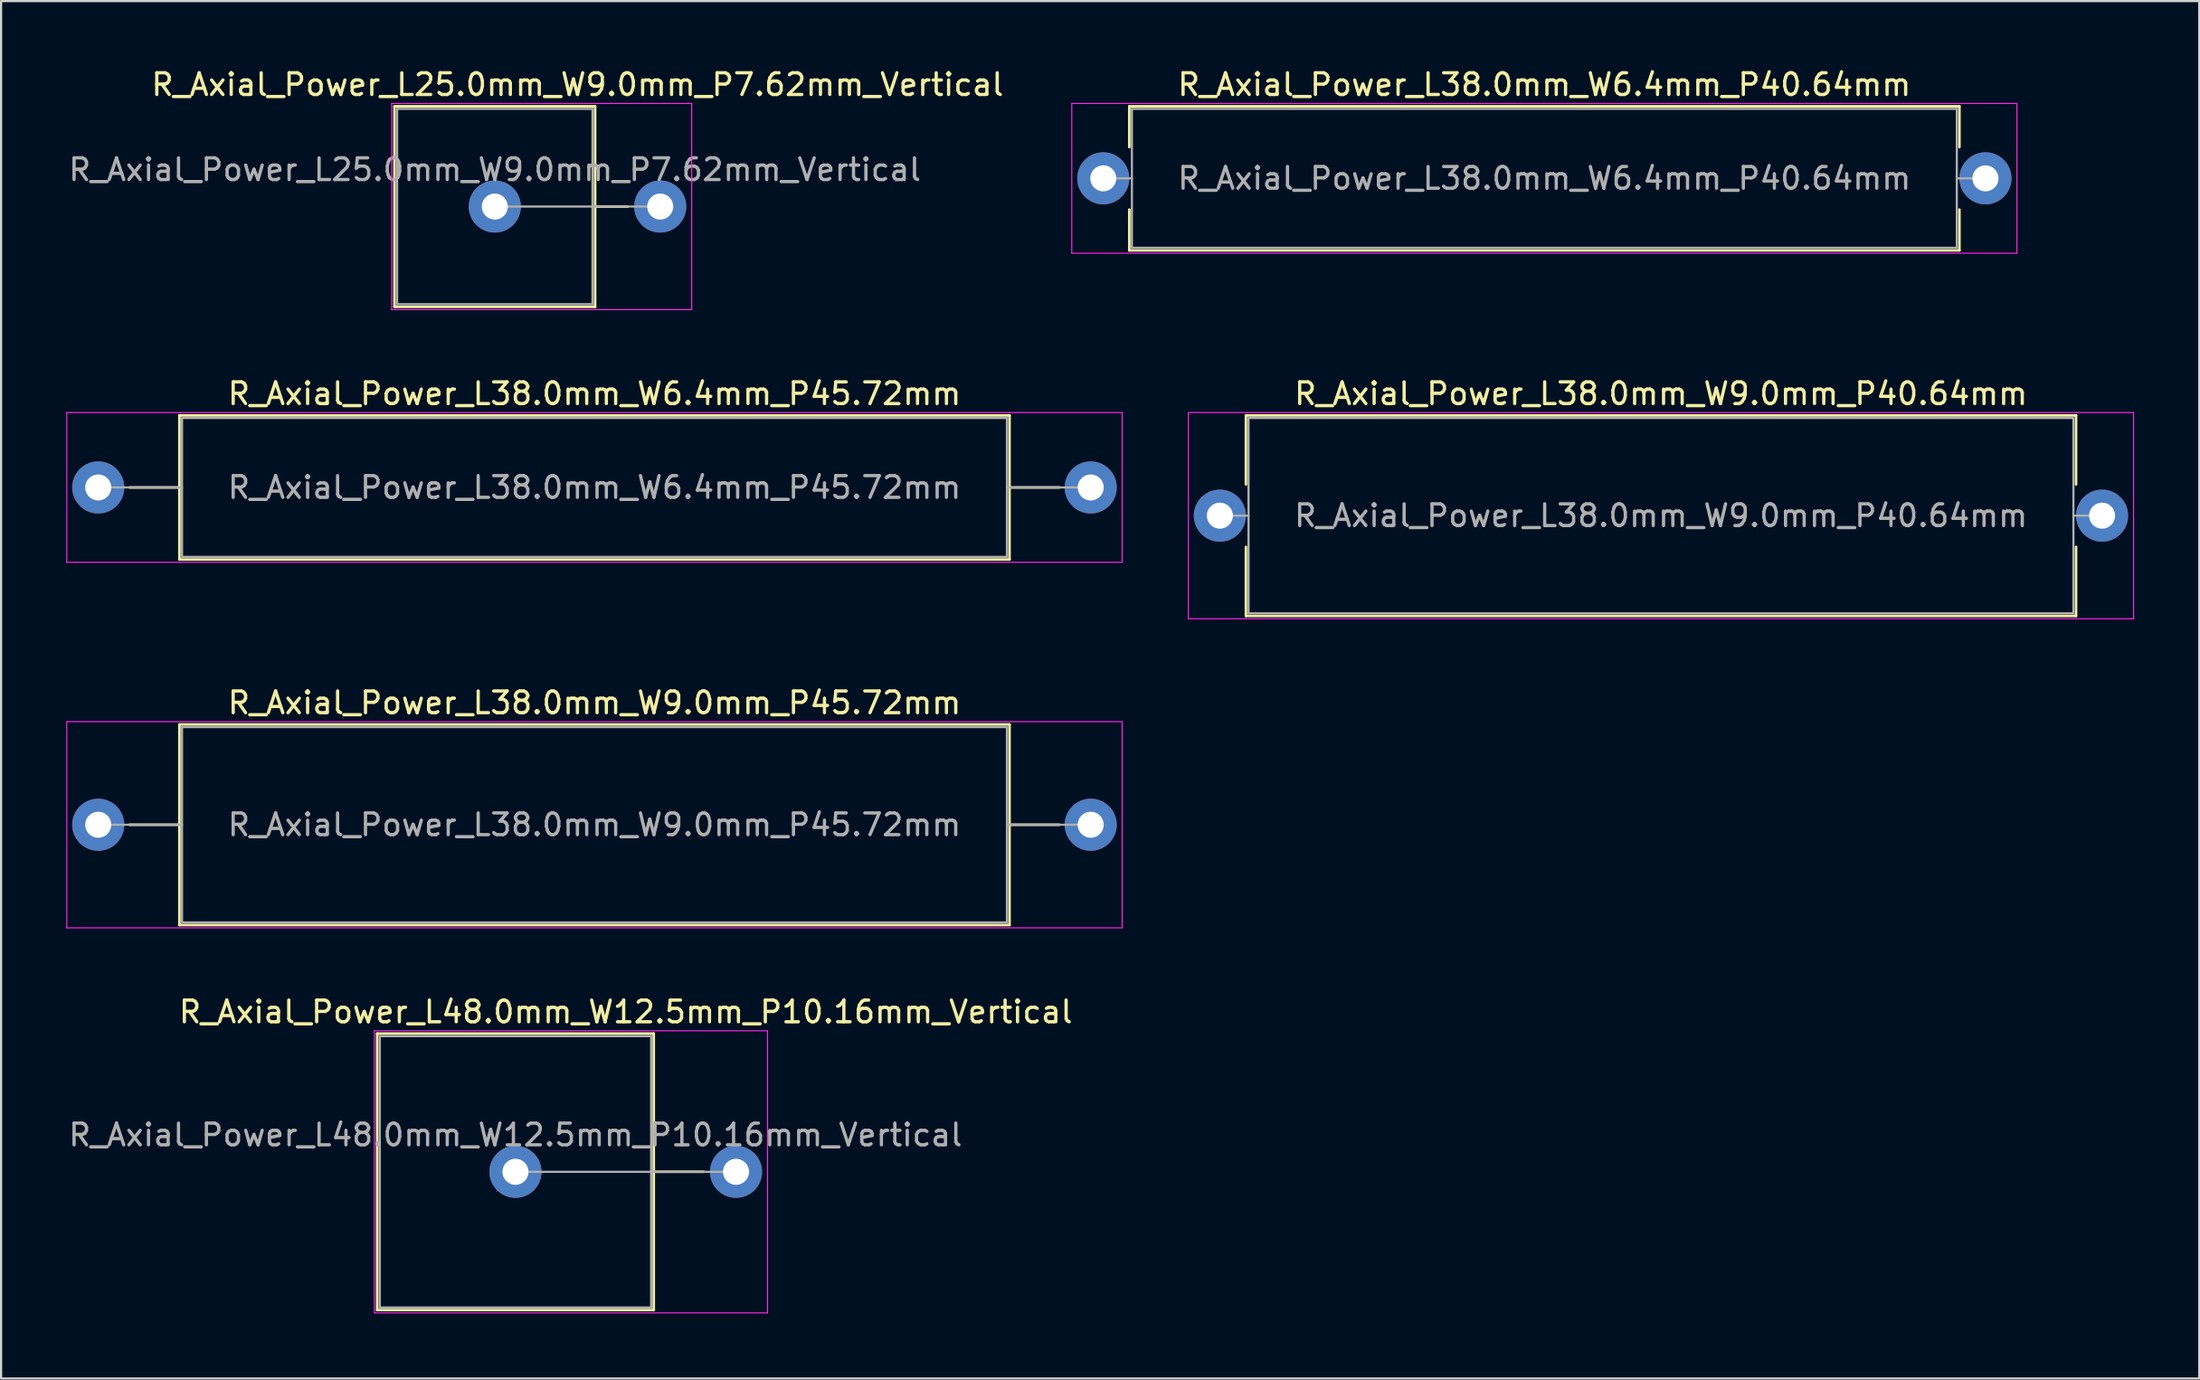
<source format=kicad_pcb>
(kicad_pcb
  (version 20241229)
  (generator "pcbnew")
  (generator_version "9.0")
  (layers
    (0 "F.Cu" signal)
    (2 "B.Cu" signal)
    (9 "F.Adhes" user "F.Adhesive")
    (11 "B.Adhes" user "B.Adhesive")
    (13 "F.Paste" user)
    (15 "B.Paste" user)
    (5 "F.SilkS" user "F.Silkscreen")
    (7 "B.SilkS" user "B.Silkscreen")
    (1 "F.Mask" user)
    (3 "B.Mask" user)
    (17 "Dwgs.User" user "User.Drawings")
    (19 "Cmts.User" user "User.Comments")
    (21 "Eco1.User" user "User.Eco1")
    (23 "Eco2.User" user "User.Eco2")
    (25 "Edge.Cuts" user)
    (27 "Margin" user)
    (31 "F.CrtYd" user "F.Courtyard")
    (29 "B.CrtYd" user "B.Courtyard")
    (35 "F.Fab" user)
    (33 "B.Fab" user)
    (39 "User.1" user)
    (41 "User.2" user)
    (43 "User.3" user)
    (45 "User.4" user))
  (footprint "R_Axial_Power_L38.0mm_W9.0mm_P45.72mm"
    (layer "F.Cu")
    (at 1.475 34.955)
    (property "Reference" "R_Axial_Power_L38.0mm_W9.0mm_P45.72mm" (at 22.86 -5.62 0) (layer "F.SilkS") (effects (font (size 1 1) (thickness 0.15))))
    (attr through_hole)
    (fp_line (start 1.44 0) (end 3.74 0) (stroke (width 0.12) (type solid)) (layer "F.SilkS"))
    (fp_line (start 3.74 -4.62) (end 3.74 4.62) (stroke (width 0.12) (type solid)) (layer "F.SilkS"))
    (fp_line (start 3.74 4.62) (end 41.98 4.62) (stroke (width 0.12) (type solid)) (layer "F.SilkS"))
    (fp_line (start 41.98 -4.62) (end 3.74 -4.62) (stroke (width 0.12) (type solid)) (layer "F.SilkS"))
    (fp_line (start 41.98 4.62) (end 41.98 -4.62) (stroke (width 0.12) (type solid)) (layer "F.SilkS"))
    (fp_line (start 44.28 0) (end 41.98 0) (stroke (width 0.12) (type solid)) (layer "F.SilkS"))
    (fp_line (start -1.45 -4.75) (end -1.45 4.75) (stroke (width 0.05) (type solid)) (layer "F.CrtYd"))
    (fp_line (start -1.45 4.75) (end 47.17 4.75) (stroke (width 0.05) (type solid)) (layer "F.CrtYd"))
    (fp_line (start 47.17 -4.75) (end -1.45 -4.75) (stroke (width 0.05) (type solid)) (layer "F.CrtYd"))
    (fp_line (start 47.17 4.75) (end 47.17 -4.75) (stroke (width 0.05) (type solid)) (layer "F.CrtYd"))
    (fp_line (start 0 0) (end 3.86 0) (stroke (width 0.1) (type solid)) (layer "F.Fab"))
    (fp_line (start 3.86 -4.5) (end 3.86 4.5) (stroke (width 0.1) (type solid)) (layer "F.Fab"))
    (fp_line (start 3.86 4.5) (end 41.86 4.5) (stroke (width 0.1) (type solid)) (layer "F.Fab"))
    (fp_line (start 41.86 -4.5) (end 3.86 -4.5) (stroke (width 0.1) (type solid)) (layer "F.Fab"))
    (fp_line (start 41.86 4.5) (end 41.86 -4.5) (stroke (width 0.1) (type solid)) (layer "F.Fab"))
    (fp_line (start 45.72 0) (end 41.86 0) (stroke (width 0.1) (type solid)) (layer "F.Fab"))
    (fp_text user "${REFERENCE}" (at 22.86 0 0) (layer "F.Fab") (effects (font (size 1 1) (thickness 0.15))))
    (pad "1" thru_hole circle (at 0 0) (size 2.4 2.4) (drill 1.2) (layers "*.Cu" "*.Mask"))
    (pad "2" thru_hole oval (at 45.72 0) (size 2.4 2.4) (drill 1.2) (layers "*.Cu" "*.Mask")))
  (footprint "R_Axial_Power_L48.0mm_W12.5mm_P10.16mm_Vertical"
    (layer "F.Cu")
    (at 20.696 50.948)
    (property "Reference" "R_Axial_Power_L48.0mm_W12.5mm_P10.16mm_Vertical" (at 5.08 -7.37 0) (layer "F.SilkS") (effects (font (size 1 1) (thickness 0.15))))
    (attr through_hole)
    (fp_line (start -6.37 -6.37) (end -6.37 6.37) (stroke (width 0.12) (type solid)) (layer "F.SilkS"))
    (fp_line (start -6.37 6.37) (end 6.37 6.37) (stroke (width 0.12) (type solid)) (layer "F.SilkS"))
    (fp_line (start 6.37 -6.37) (end -6.37 -6.37) (stroke (width 0.12) (type solid)) (layer "F.SilkS"))
    (fp_line (start 6.37 0) (end 8.66 0) (stroke (width 0.12) (type solid)) (layer "F.SilkS"))
    (fp_line (start 6.37 6.37) (end 6.37 -6.37) (stroke (width 0.12) (type solid)) (layer "F.SilkS"))
    (fp_line (start -6.5 -6.5) (end -6.5 6.5) (stroke (width 0.05) (type solid)) (layer "F.CrtYd"))
    (fp_line (start -6.5 6.5) (end 11.61 6.5) (stroke (width 0.05) (type solid)) (layer "F.CrtYd"))
    (fp_line (start 11.61 -6.5) (end -6.5 -6.5) (stroke (width 0.05) (type solid)) (layer "F.CrtYd"))
    (fp_line (start 11.61 6.5) (end 11.61 -6.5) (stroke (width 0.05) (type solid)) (layer "F.CrtYd"))
    (fp_line (start -6.25 -6.25) (end -6.25 6.25) (stroke (width 0.1) (type solid)) (layer "F.Fab"))
    (fp_line (start -6.25 6.25) (end 6.25 6.25) (stroke (width 0.1) (type solid)) (layer "F.Fab"))
    (fp_line (start 0 0) (end 10.16 0) (stroke (width 0.1) (type solid)) (layer "F.Fab"))
    (fp_line (start 6.25 -6.25) (end -6.25 -6.25) (stroke (width 0.1) (type solid)) (layer "F.Fab"))
    (fp_line (start 6.25 6.25) (end 6.25 -6.25) (stroke (width 0.1) (type solid)) (layer "F.Fab"))
    (fp_text user "${REFERENCE}" (at 0 -1.7 0) (layer "F.Fab") (effects (font (size 1 1) (thickness 0.15))))
    (pad "1" thru_hole circle (at 0 0) (size 2.4 2.4) (drill 1.2) (layers "*.Cu" "*.Mask"))
    (pad "2" thru_hole oval (at 10.16 0) (size 2.4 2.4) (drill 1.2) (layers "*.Cu" "*.Mask")))
  (footprint "R_Axial_Power_L38.0mm_W6.4mm_P40.64mm"
    (layer "F.Cu")
    (at 47.773 5.168)
    (property "Reference" "R_Axial_Power_L38.0mm_W6.4mm_P40.64mm" (at 20.32 -4.32 0) (layer "F.SilkS") (effects (font (size 1 1) (thickness 0.15))))
    (attr through_hole)
    (fp_line (start 1.2 -3.32) (end 39.44 -3.32) (stroke (width 0.12) (type solid)) (layer "F.SilkS"))
    (fp_line (start 1.2 -1.44) (end 1.2 -3.32) (stroke (width 0.12) (type solid)) (layer "F.SilkS"))
    (fp_line (start 1.2 1.44) (end 1.2 3.32) (stroke (width 0.12) (type solid)) (layer "F.SilkS"))
    (fp_line (start 1.2 3.32) (end 39.44 3.32) (stroke (width 0.12) (type solid)) (layer "F.SilkS"))
    (fp_line (start 39.44 -3.32) (end 39.44 -1.44) (stroke (width 0.12) (type solid)) (layer "F.SilkS"))
    (fp_line (start 39.44 3.32) (end 39.44 1.44) (stroke (width 0.12) (type solid)) (layer "F.SilkS"))
    (fp_line (start -1.45 -3.45) (end -1.45 3.45) (stroke (width 0.05) (type solid)) (layer "F.CrtYd"))
    (fp_line (start -1.45 3.45) (end 42.09 3.45) (stroke (width 0.05) (type solid)) (layer "F.CrtYd"))
    (fp_line (start 42.09 -3.45) (end -1.45 -3.45) (stroke (width 0.05) (type solid)) (layer "F.CrtYd"))
    (fp_line (start 42.09 3.45) (end 42.09 -3.45) (stroke (width 0.05) (type solid)) (layer "F.CrtYd"))
    (fp_line (start 0 0) (end 1.32 0) (stroke (width 0.1) (type solid)) (layer "F.Fab"))
    (fp_line (start 1.32 -3.2) (end 1.32 3.2) (stroke (width 0.1) (type solid)) (layer "F.Fab"))
    (fp_line (start 1.32 3.2) (end 39.32 3.2) (stroke (width 0.1) (type solid)) (layer "F.Fab"))
    (fp_line (start 39.32 -3.2) (end 1.32 -3.2) (stroke (width 0.1) (type solid)) (layer "F.Fab"))
    (fp_line (start 39.32 3.2) (end 39.32 -3.2) (stroke (width 0.1) (type solid)) (layer "F.Fab"))
    (fp_line (start 40.64 0) (end 39.32 0) (stroke (width 0.1) (type solid)) (layer "F.Fab"))
    (fp_text user "${REFERENCE}" (at 20.32 0 0) (layer "F.Fab") (effects (font (size 1 1) (thickness 0.15))))
    (pad "1" thru_hole circle (at 0 0) (size 2.4 2.4) (drill 1.2) (layers "*.Cu" "*.Mask"))
    (pad "2" thru_hole oval (at 40.64 0) (size 2.4 2.4) (drill 1.2) (layers "*.Cu" "*.Mask")))
  (footprint "R_Axial_Power_L38.0mm_W9.0mm_P40.64mm"
    (layer "F.Cu")
    (at 53.145 20.712)
    (property "Reference" "R_Axial_Power_L38.0mm_W9.0mm_P40.64mm" (at 20.32 -5.62 0) (layer "F.SilkS") (effects (font (size 1 1) (thickness 0.15))))
    (attr through_hole)
    (fp_line (start 1.2 -4.62) (end 39.44 -4.62) (stroke (width 0.12) (type solid)) (layer "F.SilkS"))
    (fp_line (start 1.2 -1.44) (end 1.2 -4.62) (stroke (width 0.12) (type solid)) (layer "F.SilkS"))
    (fp_line (start 1.2 1.44) (end 1.2 4.62) (stroke (width 0.12) (type solid)) (layer "F.SilkS"))
    (fp_line (start 1.2 4.62) (end 39.44 4.62) (stroke (width 0.12) (type solid)) (layer "F.SilkS"))
    (fp_line (start 39.44 -4.62) (end 39.44 -1.44) (stroke (width 0.12) (type solid)) (layer "F.SilkS"))
    (fp_line (start 39.44 4.62) (end 39.44 1.44) (stroke (width 0.12) (type solid)) (layer "F.SilkS"))
    (fp_line (start -1.45 -4.75) (end -1.45 4.75) (stroke (width 0.05) (type solid)) (layer "F.CrtYd"))
    (fp_line (start -1.45 4.75) (end 42.09 4.75) (stroke (width 0.05) (type solid)) (layer "F.CrtYd"))
    (fp_line (start 42.09 -4.75) (end -1.45 -4.75) (stroke (width 0.05) (type solid)) (layer "F.CrtYd"))
    (fp_line (start 42.09 4.75) (end 42.09 -4.75) (stroke (width 0.05) (type solid)) (layer "F.CrtYd"))
    (fp_line (start 0 0) (end 1.32 0) (stroke (width 0.1) (type solid)) (layer "F.Fab"))
    (fp_line (start 1.32 -4.5) (end 1.32 4.5) (stroke (width 0.1) (type solid)) (layer "F.Fab"))
    (fp_line (start 1.32 4.5) (end 39.32 4.5) (stroke (width 0.1) (type solid)) (layer "F.Fab"))
    (fp_line (start 39.32 -4.5) (end 1.32 -4.5) (stroke (width 0.1) (type solid)) (layer "F.Fab"))
    (fp_line (start 39.32 4.5) (end 39.32 -4.5) (stroke (width 0.1) (type solid)) (layer "F.Fab"))
    (fp_line (start 40.64 0) (end 39.32 0) (stroke (width 0.1) (type solid)) (layer "F.Fab"))
    (fp_text user "${REFERENCE}" (at 20.32 0 0) (layer "F.Fab") (effects (font (size 1 1) (thickness 0.15))))
    (pad "1" thru_hole circle (at 0 0) (size 2.4 2.4) (drill 1.2) (layers "*.Cu" "*.Mask"))
    (pad "2" thru_hole oval (at 40.64 0) (size 2.4 2.4) (drill 1.2) (layers "*.Cu" "*.Mask")))
  (footprint "R_Axial_Power_L38.0mm_W6.4mm_P45.72mm"
    (layer "F.Cu")
    (at 1.475 19.412)
    (property "Reference" "R_Axial_Power_L38.0mm_W6.4mm_P45.72mm" (at 22.86 -4.32 0) (layer "F.SilkS") (effects (font (size 1 1) (thickness 0.15))))
    (attr through_hole)
    (fp_line (start 1.44 0) (end 3.74 0) (stroke (width 0.12) (type solid)) (layer "F.SilkS"))
    (fp_line (start 3.74 -3.32) (end 3.74 3.32) (stroke (width 0.12) (type solid)) (layer "F.SilkS"))
    (fp_line (start 3.74 3.32) (end 41.98 3.32) (stroke (width 0.12) (type solid)) (layer "F.SilkS"))
    (fp_line (start 41.98 -3.32) (end 3.74 -3.32) (stroke (width 0.12) (type solid)) (layer "F.SilkS"))
    (fp_line (start 41.98 3.32) (end 41.98 -3.32) (stroke (width 0.12) (type solid)) (layer "F.SilkS"))
    (fp_line (start 44.28 0) (end 41.98 0) (stroke (width 0.12) (type solid)) (layer "F.SilkS"))
    (fp_line (start -1.45 -3.45) (end -1.45 3.45) (stroke (width 0.05) (type solid)) (layer "F.CrtYd"))
    (fp_line (start -1.45 3.45) (end 47.17 3.45) (stroke (width 0.05) (type solid)) (layer "F.CrtYd"))
    (fp_line (start 47.17 -3.45) (end -1.45 -3.45) (stroke (width 0.05) (type solid)) (layer "F.CrtYd"))
    (fp_line (start 47.17 3.45) (end 47.17 -3.45) (stroke (width 0.05) (type solid)) (layer "F.CrtYd"))
    (fp_line (start 0 0) (end 3.86 0) (stroke (width 0.1) (type solid)) (layer "F.Fab"))
    (fp_line (start 3.86 -3.2) (end 3.86 3.2) (stroke (width 0.1) (type solid)) (layer "F.Fab"))
    (fp_line (start 3.86 3.2) (end 41.86 3.2) (stroke (width 0.1) (type solid)) (layer "F.Fab"))
    (fp_line (start 41.86 -3.2) (end 3.86 -3.2) (stroke (width 0.1) (type solid)) (layer "F.Fab"))
    (fp_line (start 41.86 3.2) (end 41.86 -3.2) (stroke (width 0.1) (type solid)) (layer "F.Fab"))
    (fp_line (start 45.72 0) (end 41.86 0) (stroke (width 0.1) (type solid)) (layer "F.Fab"))
    (fp_text user "${REFERENCE}" (at 22.86 0 0) (layer "F.Fab") (effects (font (size 1 1) (thickness 0.15))))
    (pad "1" thru_hole circle (at 0 0) (size 2.4 2.4) (drill 1.2) (layers "*.Cu" "*.Mask"))
    (pad "2" thru_hole oval (at 45.72 0) (size 2.4 2.4) (drill 1.2) (layers "*.Cu" "*.Mask")))
  (footprint "R_Axial_Power_L25.0mm_W9.0mm_P7.62mm_Vertical"
    (layer "F.Cu")
    (at 19.744 6.468)
    (property "Reference" "R_Axial_Power_L25.0mm_W9.0mm_P7.62mm_Vertical" (at 3.81 -5.62 0) (layer "F.SilkS") (effects (font (size 1 1) (thickness 0.15))))
    (attr through_hole)
    (fp_line (start -4.62 -4.62) (end -4.62 4.62) (stroke (width 0.12) (type solid)) (layer "F.SilkS"))
    (fp_line (start -4.62 4.62) (end 4.62 4.62) (stroke (width 0.12) (type solid)) (layer "F.SilkS"))
    (fp_line (start 4.62 -4.62) (end -4.62 -4.62) (stroke (width 0.12) (type solid)) (layer "F.SilkS"))
    (fp_line (start 4.62 0) (end 6.12 0) (stroke (width 0.12) (type solid)) (layer "F.SilkS"))
    (fp_line (start 4.62 4.62) (end 4.62 -4.62) (stroke (width 0.12) (type solid)) (layer "F.SilkS"))
    (fp_line (start -4.75 -4.75) (end -4.75 4.75) (stroke (width 0.05) (type solid)) (layer "F.CrtYd"))
    (fp_line (start -4.75 4.75) (end 9.07 4.75) (stroke (width 0.05) (type solid)) (layer "F.CrtYd"))
    (fp_line (start 9.07 -4.75) (end -4.75 -4.75) (stroke (width 0.05) (type solid)) (layer "F.CrtYd"))
    (fp_line (start 9.07 4.75) (end 9.07 -4.75) (stroke (width 0.05) (type solid)) (layer "F.CrtYd"))
    (fp_line (start -4.5 -4.5) (end -4.5 4.5) (stroke (width 0.1) (type solid)) (layer "F.Fab"))
    (fp_line (start -4.5 4.5) (end 4.5 4.5) (stroke (width 0.1) (type solid)) (layer "F.Fab"))
    (fp_line (start 0 0) (end 7.62 0) (stroke (width 0.1) (type solid)) (layer "F.Fab"))
    (fp_line (start 4.5 -4.5) (end -4.5 -4.5) (stroke (width 0.1) (type solid)) (layer "F.Fab"))
    (fp_line (start 4.5 4.5) (end 4.5 -4.5) (stroke (width 0.1) (type solid)) (layer "F.Fab"))
    (fp_text user "${REFERENCE}" (at 0 -1.7 0) (layer "F.Fab") (effects (font (size 1 1) (thickness 0.15))))
    (pad "1" thru_hole circle (at 0 0) (size 2.4 2.4) (drill 1.2) (layers "*.Cu" "*.Mask"))
    (pad "2" thru_hole oval (at 7.62 0) (size 2.4 2.4) (drill 1.2) (layers "*.Cu" "*.Mask")))
  (gr_rect
    (start -3 -3)
    (end 98.26 60.473)
    (stroke (width 0.1) (type default))
    (fill no)
    (layer "Edge.Cuts")))
</source>
